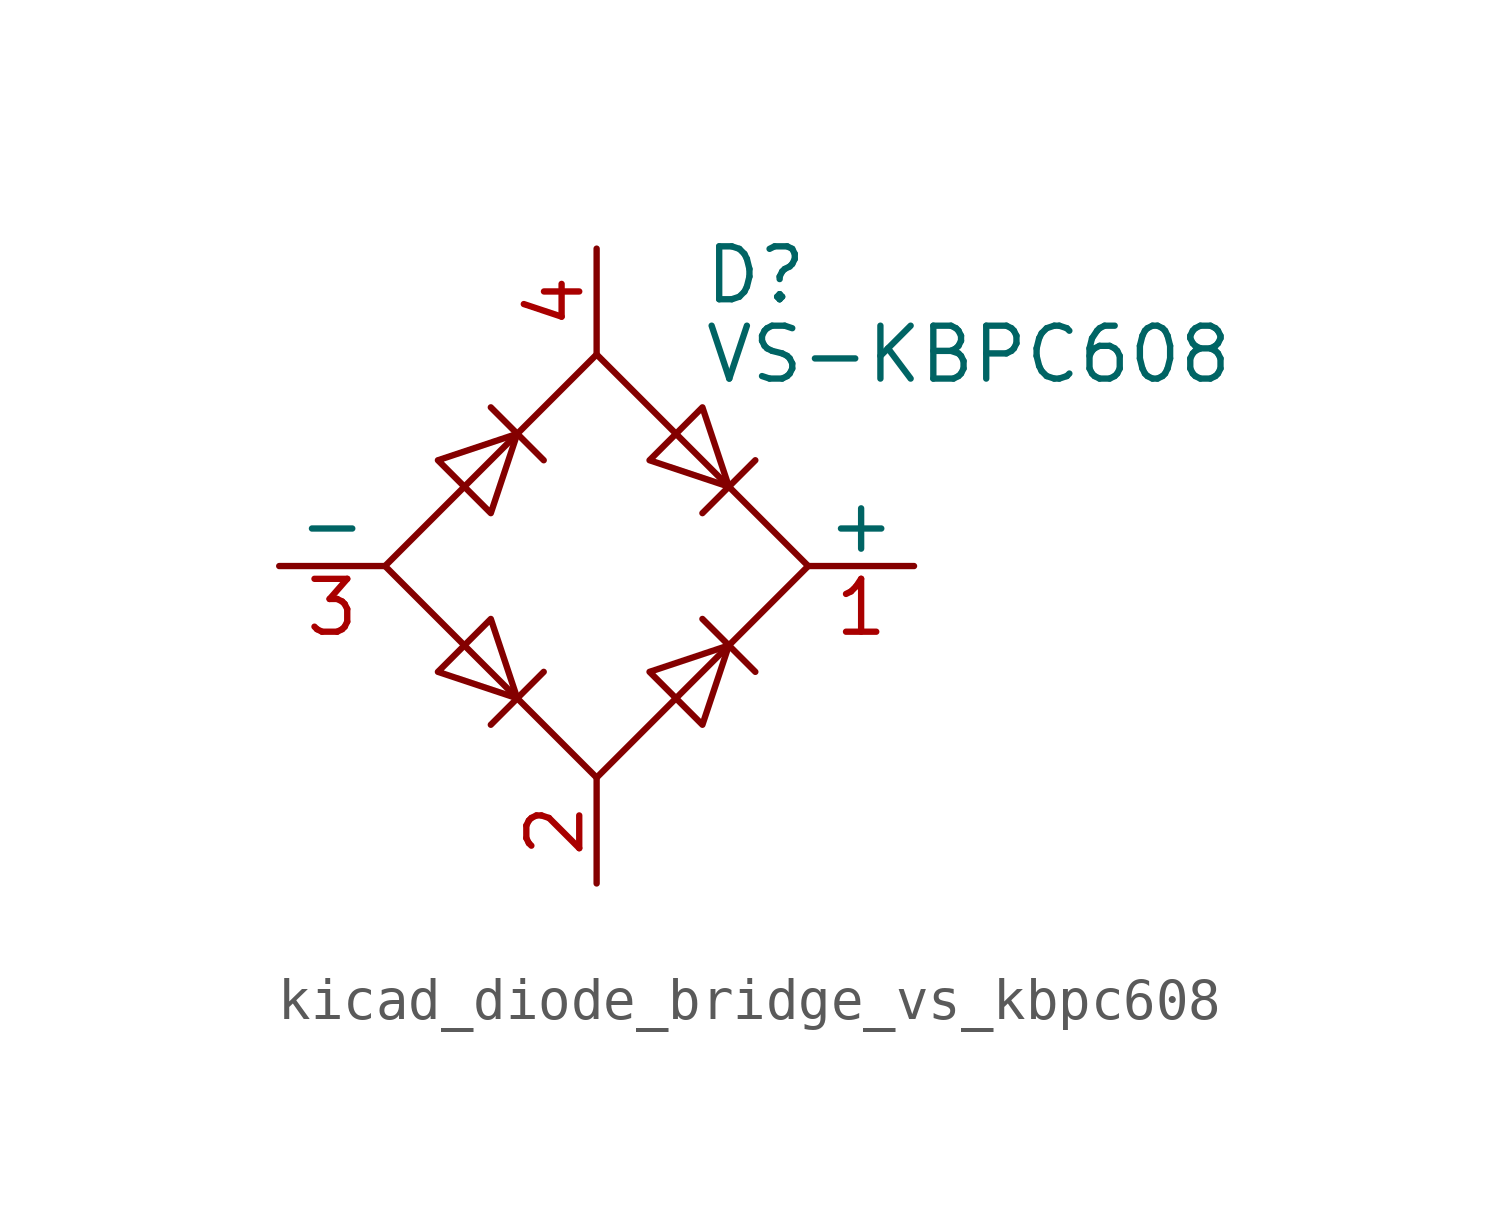
<source format=kicad_sym>
(kicad_symbol_lib
  (version 20220914)
  (generator kicad_symbol_editor)
  (symbol "kicad_diode_bridge_vs_kbpc608"
    (pin_names
      (offset 0))
    (property "Reference" "D"
      (at 2.54 6.985 0)
      (effects (font (size 1.27 1.27)) (justify left)))
    (property "Value" "VS-KBPC608"
      (at 2.54 5.08 0)
      (effects (font (size 1.27 1.27)) (justify left)))
    (symbol "kicad_diode_bridge_vs_kbpc608_0_1"
      (polyline (pts (xy -2.54 3.81) (xy -1.27 2.54)) (stroke (width 0) (type default)) (fill (type none)))
      (polyline (pts (xy -1.27 -2.54) (xy -2.54 -3.81)) (stroke (width 0) (type default)) (fill (type none)))
      (polyline (pts (xy 2.54 -1.27) (xy 3.81 -2.54)) (stroke (width 0) (type default)) (fill (type none)))
      (polyline (pts (xy 2.54 1.27) (xy 3.81 2.54)) (stroke (width 0) (type default)) (fill (type none)))
      (polyline (pts (xy -3.81 2.54) (xy -2.54 1.27) (xy -1.905 3.175) (xy -3.81 2.54)) (stroke (width 0) (type default)) (fill (type none)))
      (polyline (pts (xy -2.54 -1.27) (xy -3.81 -2.54) (xy -1.905 -3.175) (xy -2.54 -1.27)) (stroke (width 0) (type default)) (fill (type none)))
      (polyline (pts (xy 1.27 2.54) (xy 2.54 3.81) (xy 3.175 1.905) (xy 1.27 2.54)) (stroke (width 0) (type default)) (fill (type none)))
      (polyline (pts (xy 3.175 -1.905) (xy 1.27 -2.54) (xy 2.54 -3.81) (xy 3.175 -1.905)) (stroke (width 0) (type default)) (fill (type none)))
      (polyline (pts (xy -5.08 0) (xy 0 -5.08) (xy 5.08 0) (xy 0 5.08) (xy -5.08 0)) (stroke (width 0) (type default)) (fill (type none))))
    (symbol "kicad_diode_bridge_vs_kbpc608_1_1"
      (pin passive line (at 7.62 0 180) (length 2.54) (name "+" (effects (font (size 1.27 1.27)))) (number "1" (effects (font (size 1.27 1.27)))))
      (pin passive line (at 0 -7.62 90) (length 2.54) (name "~" (effects (font (size 1.27 1.27)))) (number "2" (effects (font (size 1.27 1.27)))))
      (pin passive line (at -7.62 0 0) (length 2.54) (name "-" (effects (font (size 1.27 1.27)))) (number "3" (effects (font (size 1.27 1.27)))))
      (pin passive line (at 0 7.62 270) (length 2.54) (name "~" (effects (font (size 1.27 1.27)))) (number "4" (effects (font (size 1.27 1.27))))))))
</source>
